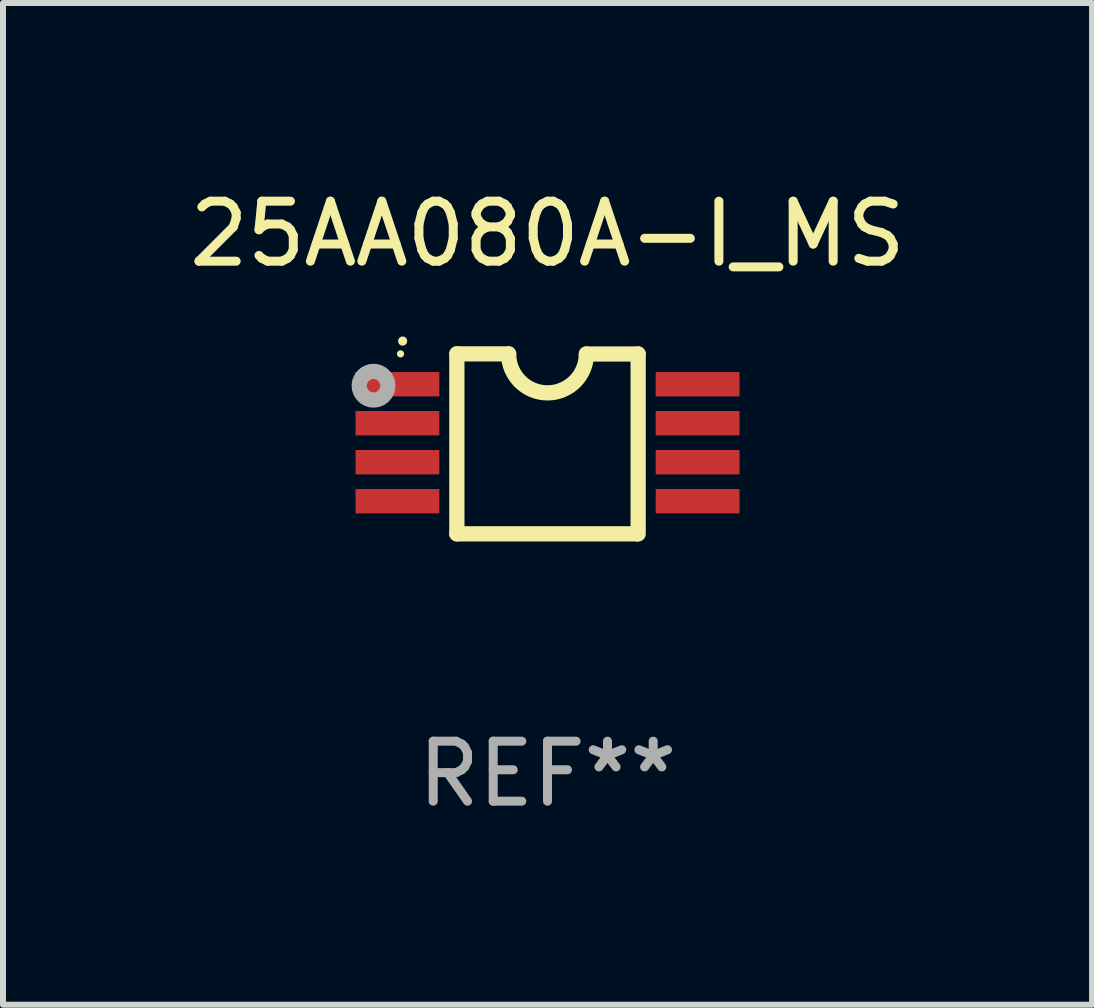
<source format=kicad_pcb>
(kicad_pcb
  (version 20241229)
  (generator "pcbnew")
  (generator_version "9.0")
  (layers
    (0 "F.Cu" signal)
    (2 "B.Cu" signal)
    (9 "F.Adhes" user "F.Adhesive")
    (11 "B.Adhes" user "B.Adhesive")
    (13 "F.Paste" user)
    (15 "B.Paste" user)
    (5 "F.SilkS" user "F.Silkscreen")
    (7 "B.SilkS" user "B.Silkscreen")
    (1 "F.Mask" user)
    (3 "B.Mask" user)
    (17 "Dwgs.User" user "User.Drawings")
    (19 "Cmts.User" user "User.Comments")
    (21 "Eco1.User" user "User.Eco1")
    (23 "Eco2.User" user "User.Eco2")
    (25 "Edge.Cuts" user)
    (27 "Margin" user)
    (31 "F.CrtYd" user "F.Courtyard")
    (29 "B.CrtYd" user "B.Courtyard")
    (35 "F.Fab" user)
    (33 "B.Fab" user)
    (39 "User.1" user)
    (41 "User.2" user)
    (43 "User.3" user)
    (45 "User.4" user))
  (footprint "25AA080A-I_MS"
    (layer "F.Cu")
    (at 6.077 4.35)
    (property "Reference" "25AA080A-I_MS" (at 0 -3.501 0) (layer "F.SilkS") (effects (font (size 1 1) (thickness 0.15))))
    (attr through_hole)
    (fp_line (start -1.511 -1.501) (end -1.511 1.499) (stroke (width 0.254) (type solid)) (layer "F.SilkS"))
    (fp_line (start -1.511 -1.501) (end -0.648 -1.501) (stroke (width 0.254) (type solid)) (layer "F.SilkS"))
    (fp_line (start -1.511 1.499) (end 1.489 1.499) (stroke (width 0.254) (type solid)) (layer "F.SilkS"))
    (fp_line (start 0.648 -1.499) (end 1.511 -1.499) (stroke (width 0.254) (type solid)) (layer "F.SilkS"))
    (fp_line (start 1.511 -1.499) (end 1.511 1.501) (stroke (width 0.254) (type solid)) (layer "F.SilkS"))
    (fp_arc (start -2.41491 -1.713233) (mid -2.414916 -1.714503) (end -2.41491 -1.715773) (stroke (width 0.150013) (type solid)) (layer "F.SilkS"))
    (fp_arc (start 0.647803 -1.498603) (mid 0.000102 -0.850902) (end -0.647599 -1.498603) (stroke (width 0.254001) (type solid)) (layer "F.SilkS"))
    (fp_circle (center -2.45 -1.501) (end -2.42 -1.501) (stroke (width 0.06) (type solid)) (fill no) (layer "F.SilkS"))
    (fp_circle (center -2.9 -0.97) (end -2.788 -0.97) (stroke (width 0.254) (type solid)) (fill no) (layer "F.Fab"))
    (fp_text user "REF**" (at 0 5.501 0) (layer "F.Fab") (effects (font (size 1 1) (thickness 0.15))))
    (pad "1" smd rect (at -2.502 -0.995) (size 1.397 0.406) (layers "F.Cu" "F.Mask" "F.Paste"))
    (pad "2" smd rect (at -2.502 -0.345) (size 1.397 0.406) (layers "F.Cu" "F.Mask" "F.Paste"))
    (pad "3" smd rect (at -2.502 0.305) (size 1.397 0.406) (layers "F.Cu" "F.Mask" "F.Paste"))
    (pad "4" smd rect (at -2.502 0.955) (size 1.397 0.406) (layers "F.Cu" "F.Mask" "F.Paste"))
    (pad "5" smd rect (at 2.502 0.955) (size 1.397 0.406) (layers "F.Cu" "F.Mask" "F.Paste"))
    (pad "6" smd rect (at 2.502 0.305) (size 1.397 0.406) (layers "F.Cu" "F.Mask" "F.Paste"))
    (pad "7" smd rect (at 2.502 -0.345) (size 1.397 0.406) (layers "F.Cu" "F.Mask" "F.Paste"))
    (pad "8" smd rect (at 2.502 -0.995) (size 1.397 0.406) (layers "F.Cu" "F.Mask" "F.Paste")))
  (gr_rect
    (start -3 -3)
    (end 15.155 13.699)
    (stroke (width 0.1) (type default))
    (fill no)
    (layer "Edge.Cuts")))
</source>
